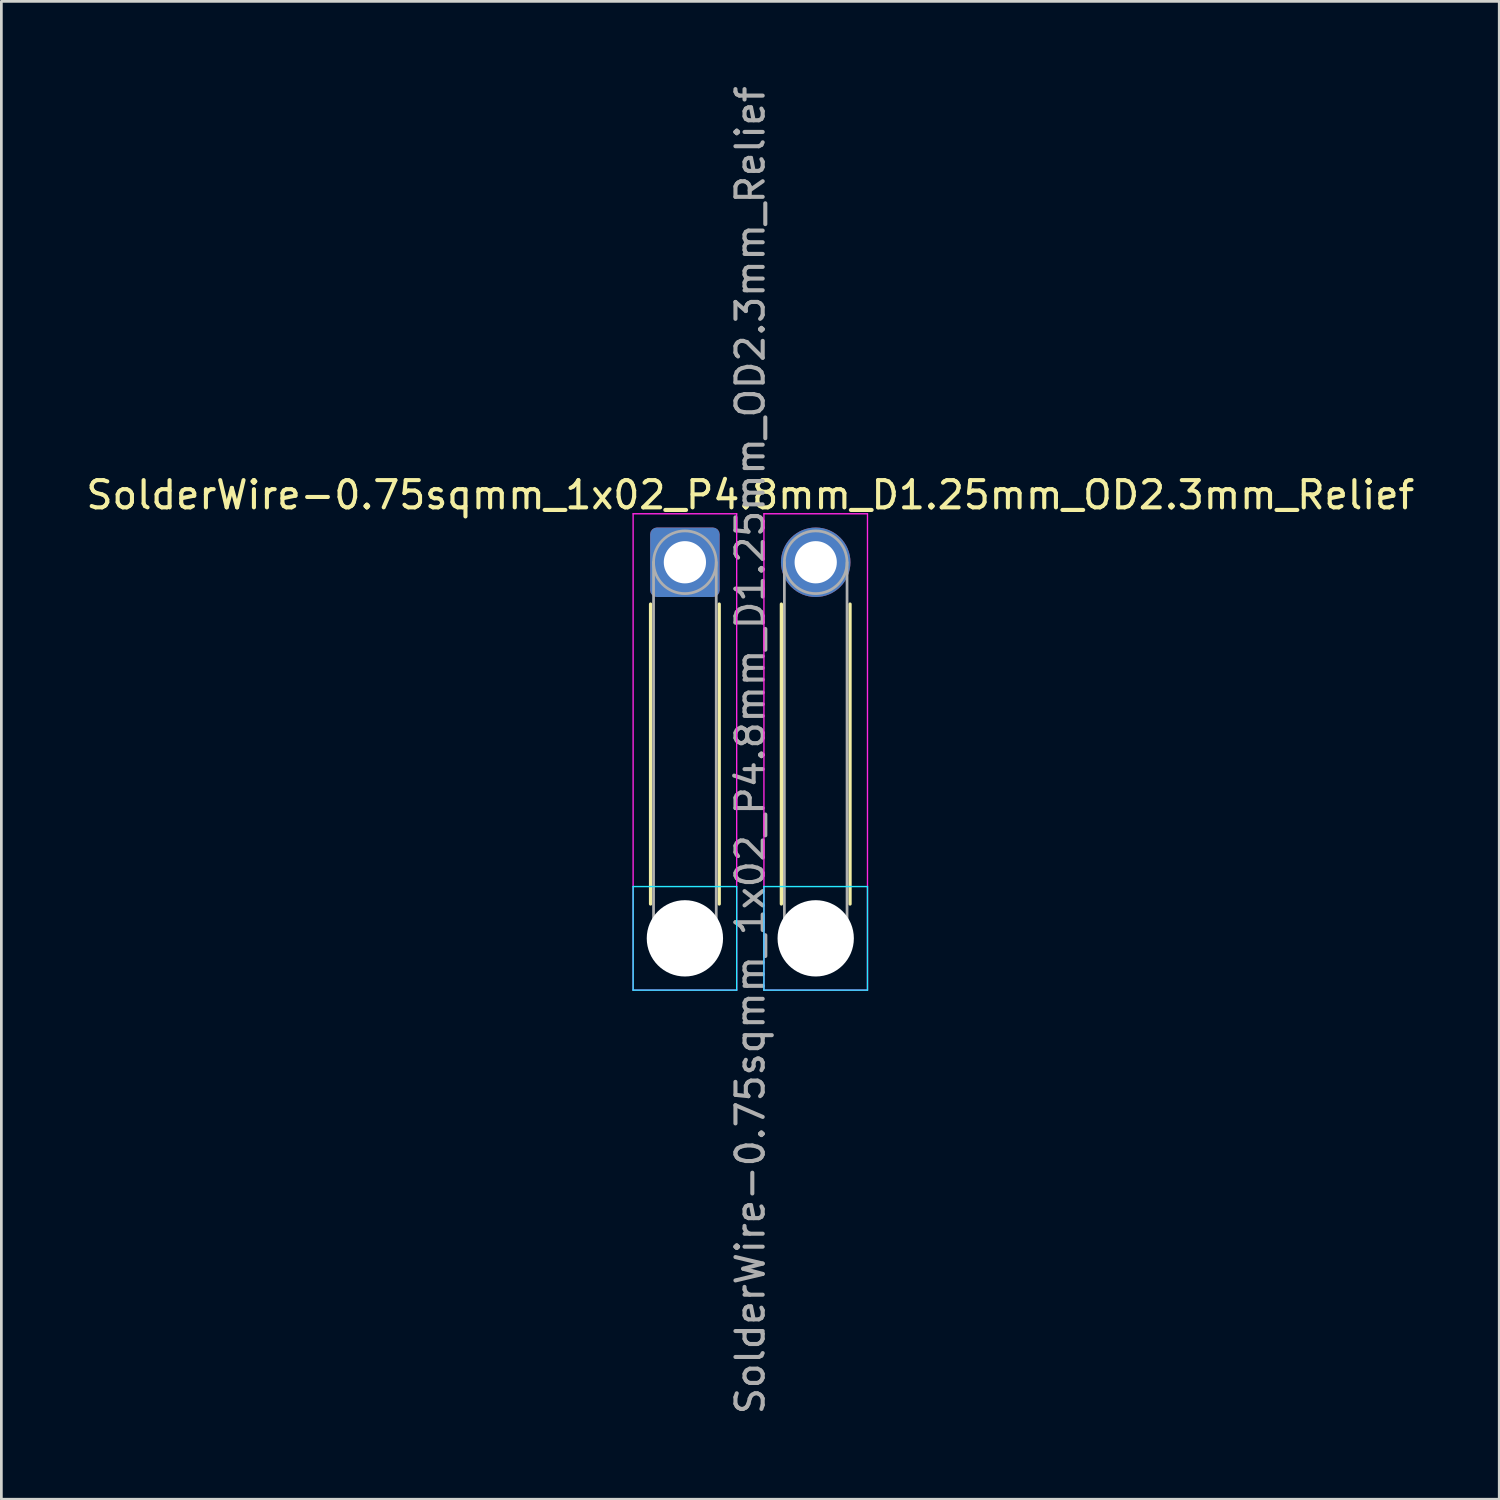
<source format=kicad_pcb>
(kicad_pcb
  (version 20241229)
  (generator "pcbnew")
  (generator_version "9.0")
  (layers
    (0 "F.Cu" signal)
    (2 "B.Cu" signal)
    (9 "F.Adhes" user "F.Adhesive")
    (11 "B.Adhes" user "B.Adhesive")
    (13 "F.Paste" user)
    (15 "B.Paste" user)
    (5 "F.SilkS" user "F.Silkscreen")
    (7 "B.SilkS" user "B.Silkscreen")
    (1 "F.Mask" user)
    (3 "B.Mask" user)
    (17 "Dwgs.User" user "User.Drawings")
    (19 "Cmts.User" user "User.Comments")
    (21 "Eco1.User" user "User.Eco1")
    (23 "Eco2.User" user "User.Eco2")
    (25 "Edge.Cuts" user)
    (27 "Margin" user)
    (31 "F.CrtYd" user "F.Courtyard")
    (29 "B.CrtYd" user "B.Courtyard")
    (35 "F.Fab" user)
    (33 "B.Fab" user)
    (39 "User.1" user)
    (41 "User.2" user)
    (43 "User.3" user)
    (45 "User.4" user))
  (footprint "SolderWire-0.75sqmm_1x02_P4.8mm_D1.25mm_OD2.3mm_Relief"
    (layer "F.Cu")
    (at 22.082 17.582)
    (property "Reference" "SolderWire-0.75sqmm_1x02_P4.8mm_D1.25mm_OD2.3mm_Relief" (at 2.4 -2.47 0) (layer "F.SilkS") (effects (font (size 1 1) (thickness 0.15))))
    (attr exclude_from_pos_files exclude_from_bom)
    (fp_line (start -1.26 1.535) (end -1.26 12.54) (stroke (width 0.12) (type solid)) (layer "F.SilkS"))
    (fp_line (start 1.26 1.535) (end 1.26 12.54) (stroke (width 0.12) (type solid)) (layer "F.SilkS"))
    (fp_line (start 3.54 1.535) (end 3.54 12.54) (stroke (width 0.12) (type solid)) (layer "F.SilkS"))
    (fp_line (start 6.06 1.535) (end 6.06 12.54) (stroke (width 0.12) (type solid)) (layer "F.SilkS"))
    (fp_line (start -1.9 11.9) (end -1.9 15.7) (stroke (width 0.05) (type solid)) (layer "B.CrtYd"))
    (fp_line (start -1.9 15.7) (end 1.9 15.7) (stroke (width 0.05) (type solid)) (layer "B.CrtYd"))
    (fp_line (start 1.9 11.9) (end -1.9 11.9) (stroke (width 0.05) (type solid)) (layer "B.CrtYd"))
    (fp_line (start 1.9 15.7) (end 1.9 11.9) (stroke (width 0.05) (type solid)) (layer "B.CrtYd"))
    (fp_line (start 2.9 11.9) (end 2.9 15.7) (stroke (width 0.05) (type solid)) (layer "B.CrtYd"))
    (fp_line (start 2.9 15.7) (end 6.7 15.7) (stroke (width 0.05) (type solid)) (layer "B.CrtYd"))
    (fp_line (start 6.7 11.9) (end 2.9 11.9) (stroke (width 0.05) (type solid)) (layer "B.CrtYd"))
    (fp_line (start 6.7 15.7) (end 6.7 11.9) (stroke (width 0.05) (type solid)) (layer "B.CrtYd"))
    (fp_line (start -1.9 -1.78) (end -1.9 15.7) (stroke (width 0.05) (type solid)) (layer "F.CrtYd"))
    (fp_line (start -1.9 15.7) (end 1.9 15.7) (stroke (width 0.05) (type solid)) (layer "F.CrtYd"))
    (fp_line (start 1.9 -1.78) (end -1.9 -1.78) (stroke (width 0.05) (type solid)) (layer "F.CrtYd"))
    (fp_line (start 1.9 15.7) (end 1.9 -1.78) (stroke (width 0.05) (type solid)) (layer "F.CrtYd"))
    (fp_line (start 2.9 -1.78) (end 2.9 15.7) (stroke (width 0.05) (type solid)) (layer "F.CrtYd"))
    (fp_line (start 2.9 15.7) (end 6.7 15.7) (stroke (width 0.05) (type solid)) (layer "F.CrtYd"))
    (fp_line (start 6.7 -1.78) (end 2.9 -1.78) (stroke (width 0.05) (type solid)) (layer "F.CrtYd"))
    (fp_line (start 6.7 15.7) (end 6.7 -1.78) (stroke (width 0.05) (type solid)) (layer "F.CrtYd"))
    (fp_line (start -1.15 0) (end -1.15 13.8) (stroke (width 0.1) (type solid)) (layer "F.Fab"))
    (fp_line (start 1.15 0) (end 1.15 13.8) (stroke (width 0.1) (type solid)) (layer "F.Fab"))
    (fp_line (start 3.65 0) (end 3.65 13.8) (stroke (width 0.1) (type solid)) (layer "F.Fab"))
    (fp_line (start 5.95 0) (end 5.95 13.8) (stroke (width 0.1) (type solid)) (layer "F.Fab"))
    (fp_circle (center 0 0) (end 1.15 0) (stroke (width 0.1) (type solid)) (fill no) (layer "F.Fab"))
    (fp_circle (center 0 13.8) (end 1.15 13.8) (stroke (width 0.1) (type solid)) (fill no) (layer "F.Fab"))
    (fp_circle (center 4.8 0) (end 5.95 0) (stroke (width 0.1) (type solid)) (fill no) (layer "F.Fab"))
    (fp_circle (center 4.8 13.8) (end 5.95 13.8) (stroke (width 0.1) (type solid)) (fill no) (layer "F.Fab"))
    (fp_text user "${REFERENCE}" (at 2.4 6.9 90) (layer "F.Fab") (effects (font (size 1 1) (thickness 0.15))))
    (pad "" np_thru_hole circle (at 0 13.8) (size 2.8 2.8) (drill 2.8) (layers "*.Cu" "*.Mask"))
    (pad "" np_thru_hole circle (at 4.8 13.8) (size 2.8 2.8) (drill 2.8) (layers "*.Cu" "*.Mask"))
    (pad "1" thru_hole roundrect (at 0 0) (size 2.55 2.55) (drill 1.55) (layers "*.Cu" "*.Mask") (roundrect_rratio 0.098))
    (pad "2" thru_hole circle (at 4.8 0) (size 2.55 2.55) (drill 1.55) (layers "*.Cu" "*.Mask")))
  (gr_rect
    (start -3 -3)
    (end 51.964 51.964)
    (stroke (width 0.1) (type default))
    (fill no)
    (layer "Edge.Cuts")))
</source>
